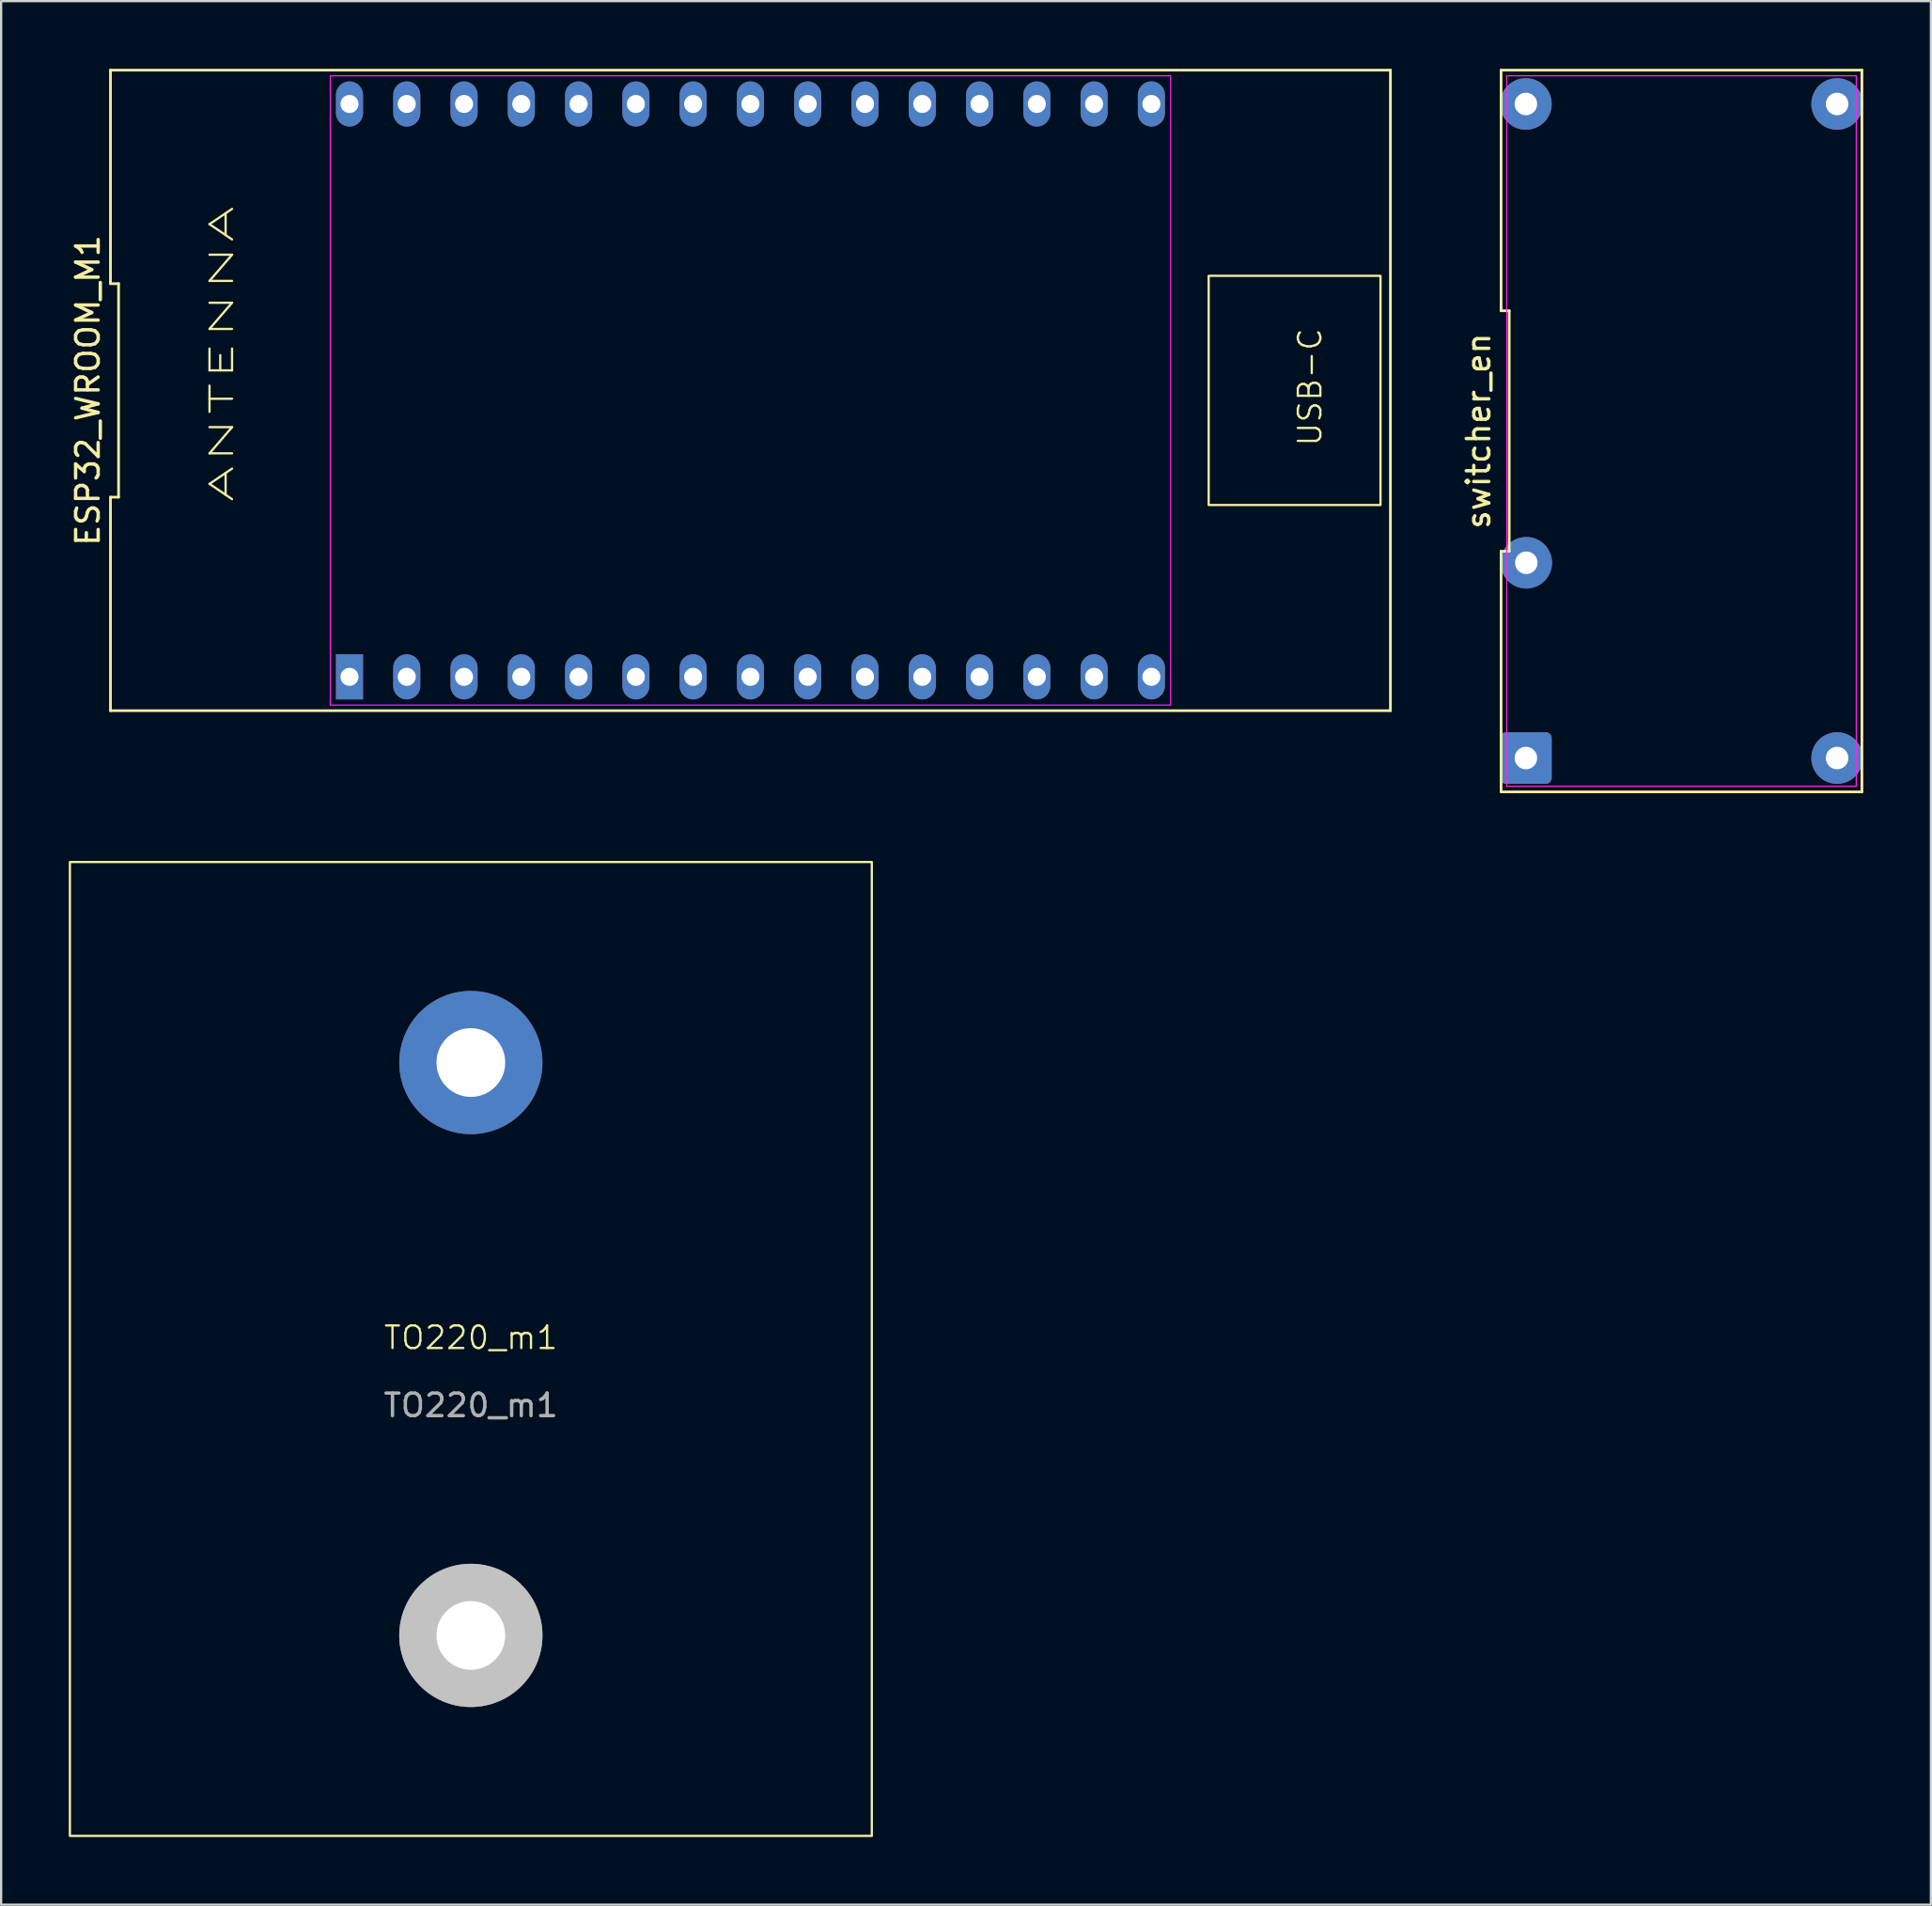
<source format=kicad_pcb>
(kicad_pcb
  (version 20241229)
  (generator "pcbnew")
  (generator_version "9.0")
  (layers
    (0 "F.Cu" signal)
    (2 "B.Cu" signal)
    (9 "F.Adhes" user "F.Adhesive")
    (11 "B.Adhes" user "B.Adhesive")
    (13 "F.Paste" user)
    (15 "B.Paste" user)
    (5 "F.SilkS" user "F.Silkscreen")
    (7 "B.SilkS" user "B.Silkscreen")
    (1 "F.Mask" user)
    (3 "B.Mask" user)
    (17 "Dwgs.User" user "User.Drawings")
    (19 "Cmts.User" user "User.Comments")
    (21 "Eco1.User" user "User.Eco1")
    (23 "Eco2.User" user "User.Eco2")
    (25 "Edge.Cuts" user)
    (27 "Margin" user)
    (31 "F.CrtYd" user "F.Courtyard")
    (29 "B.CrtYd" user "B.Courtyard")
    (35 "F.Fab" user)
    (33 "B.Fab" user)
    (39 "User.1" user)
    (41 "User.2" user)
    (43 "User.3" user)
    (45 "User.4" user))
  (footprint "switcher_en"
    (layer "F.Cu")
    (at 71.516 16.06)
    (property "Reference" "switcher_en" (at -9 0 90) (layer "F.SilkS") (effects (font (size 1 1) (thickness 0.15))))
    (attr through_hole)
    (fp_line (start -8 -5.333) (end -7.64 -5.333) (stroke (width 0.12) (type default)) (layer "F.SilkS"))
    (fp_line (start -8 5.333) (end -8 16) (stroke (width 0.12) (type default)) (layer "F.SilkS"))
    (fp_line (start -8 16) (end 8 16) (stroke (width 0.12) (type default)) (layer "F.SilkS"))
    (fp_line (start -8 -16) (end -8 -5.333) (stroke (width 0.12) (type default)) (layer "F.SilkS"))
    (fp_line (start -7.64 -5.333) (end -7.64 5.333) (stroke (width 0.12) (type default)) (layer "F.SilkS"))
    (fp_line (start -7.64 5.333) (end -8 5.333) (stroke (width 0.12) (type default)) (layer "F.SilkS"))
    (fp_line (start 8 16) (end 8 -16) (stroke (width 0.12) (type default)) (layer "F.SilkS"))
    (fp_line (start 8 -16) (end -8 -16) (stroke (width 0.12) (type default)) (layer "F.SilkS"))
    (fp_line (start -7.75 -15.75) (end 7.75 -15.75) (stroke (width 0.05) (type default)) (layer "F.CrtYd"))
    (fp_line (start -7.75 15.75) (end -7.75 -15.75) (stroke (width 0.05) (type default)) (layer "F.CrtYd"))
    (fp_line (start 7.75 -15.75) (end 7.75 15.75) (stroke (width 0.05) (type default)) (layer "F.CrtYd"))
    (fp_line (start 7.75 15.75) (end -7.75 15.75) (stroke (width 0.05) (type default)) (layer "F.CrtYd"))
    (pad "1" thru_hole roundrect (at -6.9 14.5) (size 2.286 2.286) (drill 1) (layers "*.Cu" "*.Mask") (roundrect_rratio 0.109))
    (pad "2" thru_hole circle (at 6.9 14.5) (size 2.286 2.286) (drill 1) (layers "*.Cu" "*.Mask"))
    (pad "3" thru_hole circle (at 6.9 -14.5) (size 2.286 2.286) (drill 1) (layers "*.Cu" "*.Mask"))
    (pad "4" thru_hole circle (at -6.9 -14.5) (size 2.286 2.286) (drill 1) (layers "*.Cu" "*.Mask"))
    (pad "5" thru_hole circle (at -6.883 5.842) (size 2.286 2.286) (drill 1) (layers "*.Cu" "*.Mask")))
  (footprint "TO220_m1"
    (layer "F.Cu")
    (at 17.83 56.76)
    (property "Reference" "TO220_m1" (at 0 -0.5 0) (unlocked yes) (layer "F.SilkS") (effects (font (size 1 1) (thickness 0.1))))
    (attr through_hole)
    (fp_rect (start -17.78 -21.59) (end 17.78 21.59) (stroke (width 0.1) (type default)) (fill no) (layer "F.SilkS"))
    (fp_text user "${REFERENCE}" (at 0 2.5 0) (unlocked yes) (layer "F.Fab") (effects (font (size 1 1) (thickness 0.15))))
    (pad "1" thru_hole circle (at 0 -12.7) (size 6.35 6.35) (drill 3.048) (layers "*.Cu" "*.Mask"))
    (pad "2" thru_hole circle (at 0 12.7) (size 6.35 6.35) (drill 3.048) (layers "*.Cu" "*.Mask" "Dwgs.User")))
  (footprint "ESP32_WROOM_M1"
    (layer "F.Cu")
    (at 30.228 14.26)
    (property "Reference" "ESP32_WROOM_M1" (at -29.38 0 90) (layer "F.SilkS") (effects (font (size 1 1) (thickness 0.15))))
    (attr through_hole)
    (fp_line (start -28.38 -14.2) (end -28.38 -4.733) (stroke (width 0.12) (type default)) (layer "F.SilkS"))
    (fp_line (start -28.38 -4.733) (end -28.02 -4.733) (stroke (width 0.12) (type default)) (layer "F.SilkS"))
    (fp_line (start -28.38 4.733) (end -28.38 14.2) (stroke (width 0.12) (type default)) (layer "F.SilkS"))
    (fp_line (start -28.38 14.2) (end 28.38 14.2) (stroke (width 0.12) (type default)) (layer "F.SilkS"))
    (fp_line (start -28.02 -4.733) (end -28.02 4.733) (stroke (width 0.12) (type default)) (layer "F.SilkS"))
    (fp_line (start -28.02 4.733) (end -28.38 4.733) (stroke (width 0.12) (type default)) (layer "F.SilkS"))
    (fp_line (start 28.38 -14.2) (end -28.38 -14.2) (stroke (width 0.12) (type default)) (layer "F.SilkS"))
    (fp_line (start 28.38 14.2) (end 28.38 -14.2) (stroke (width 0.12) (type default)) (layer "F.SilkS"))
    (fp_rect (start 20.32 -5.08) (end 27.94 5.08) (stroke (width 0.1) (type default)) (fill no) (layer "F.SilkS"))
    (fp_line (start -18.63 -13.95) (end 18.63 -13.95) (stroke (width 0.05) (type default)) (layer "F.CrtYd"))
    (fp_line (start -18.63 13.95) (end -18.63 -13.95) (stroke (width 0.05) (type default)) (layer "F.CrtYd"))
    (fp_line (start 18.63 -13.95) (end 18.63 13.95) (stroke (width 0.05) (type default)) (layer "F.CrtYd"))
    (fp_line (start 18.63 13.95) (end -18.63 13.95) (stroke (width 0.05) (type default)) (layer "F.CrtYd"))
    (fp_text user "ANTENNA" (at -22.86 5.08 90) (unlocked yes) (layer "F.SilkS") (effects (font (size 1 2.032) (thickness 0.1)) (justify left bottom)))
    (fp_text user "USB-C" (at 25.4 2.54 90) (unlocked yes) (layer "F.SilkS") (effects (font (size 1 1) (thickness 0.1)) (justify left bottom)))
    (pad "1" thru_hole rect (at -17.78 12.7) (size 1.2 2) (drill 0.8) (layers "*.Cu" "*.Mask"))
    (pad "2" thru_hole oval (at -15.24 12.7) (size 1.2 2) (drill 0.8) (layers "*.Cu" "*.Mask"))
    (pad "3" thru_hole oval (at -12.7 12.7) (size 1.2 2) (drill 0.8) (layers "*.Cu" "*.Mask"))
    (pad "4" thru_hole oval (at -10.16 12.7) (size 1.2 2) (drill 0.8) (layers "*.Cu" "*.Mask"))
    (pad "5" thru_hole oval (at -7.62 12.7) (size 1.2 2) (drill 0.8) (layers "*.Cu" "*.Mask"))
    (pad "6" thru_hole oval (at -5.08 12.7) (size 1.2 2) (drill 0.8) (layers "*.Cu" "*.Mask"))
    (pad "7" thru_hole oval (at -2.54 12.7) (size 1.2 2) (drill 0.8) (layers "*.Cu" "*.Mask"))
    (pad "8" thru_hole oval (at 0 12.7) (size 1.2 2) (drill 0.8) (layers "*.Cu" "*.Mask"))
    (pad "9" thru_hole oval (at 2.54 12.7) (size 1.2 2) (drill 0.8) (layers "*.Cu" "*.Mask"))
    (pad "10" thru_hole oval (at 5.08 12.7) (size 1.2 2) (drill 0.8) (layers "*.Cu" "*.Mask"))
    (pad "11" thru_hole oval (at 7.62 12.7) (size 1.2 2) (drill 0.8) (layers "*.Cu" "*.Mask"))
    (pad "12" thru_hole oval (at 10.16 12.7) (size 1.2 2) (drill 0.8) (layers "*.Cu" "*.Mask"))
    (pad "13" thru_hole oval (at 12.7 12.7) (size 1.2 2) (drill 0.8) (layers "*.Cu" "*.Mask"))
    (pad "14" thru_hole oval (at 15.24 12.7) (size 1.2 2) (drill 0.8) (layers "*.Cu" "*.Mask"))
    (pad "15" thru_hole oval (at 17.78 12.7) (size 1.2 2) (drill 0.8) (layers "*.Cu" "*.Mask"))
    (pad "16" thru_hole oval (at 17.78 -12.7) (size 1.2 2) (drill 0.8) (layers "*.Cu" "*.Mask"))
    (pad "17" thru_hole oval (at 15.24 -12.7) (size 1.2 2) (drill 0.8) (layers "*.Cu" "*.Mask"))
    (pad "18" thru_hole oval (at 12.7 -12.7) (size 1.2 2) (drill 0.8) (layers "*.Cu" "*.Mask"))
    (pad "19" thru_hole oval (at 10.16 -12.7) (size 1.2 2) (drill 0.8) (layers "*.Cu" "*.Mask"))
    (pad "20" thru_hole oval (at 7.62 -12.7) (size 1.2 2) (drill 0.8) (layers "*.Cu" "*.Mask"))
    (pad "21" thru_hole oval (at 5.08 -12.7) (size 1.2 2) (drill 0.8) (layers "*.Cu" "*.Mask"))
    (pad "22" thru_hole oval (at 2.54 -12.7) (size 1.2 2) (drill 0.8) (layers "*.Cu" "*.Mask"))
    (pad "23" thru_hole oval (at 0 -12.7) (size 1.2 2) (drill 0.8) (layers "*.Cu" "*.Mask"))
    (pad "24" thru_hole oval (at -2.54 -12.7) (size 1.2 2) (drill 0.8) (layers "*.Cu" "*.Mask"))
    (pad "25" thru_hole oval (at -5.08 -12.7) (size 1.2 2) (drill 0.8) (layers "*.Cu" "*.Mask"))
    (pad "26" thru_hole oval (at -7.62 -12.7) (size 1.2 2) (drill 0.8) (layers "*.Cu" "*.Mask"))
    (pad "27" thru_hole oval (at -10.16 -12.7) (size 1.2 2) (drill 0.8) (layers "*.Cu" "*.Mask"))
    (pad "28" thru_hole oval (at -12.7 -12.7) (size 1.2 2) (drill 0.8) (layers "*.Cu" "*.Mask"))
    (pad "29" thru_hole oval (at -15.24 -12.7) (size 1.2 2) (drill 0.8) (layers "*.Cu" "*.Mask"))
    (pad "30" thru_hole oval (at -17.78 -12.7) (size 1.2 2) (drill 0.8) (layers "*.Cu" "*.Mask")))
  (gr_rect
    (start -3 -3)
    (end 82.576 81.4)
    (stroke (width 0.1) (type default))
    (fill no)
    (layer "Edge.Cuts")))
</source>
